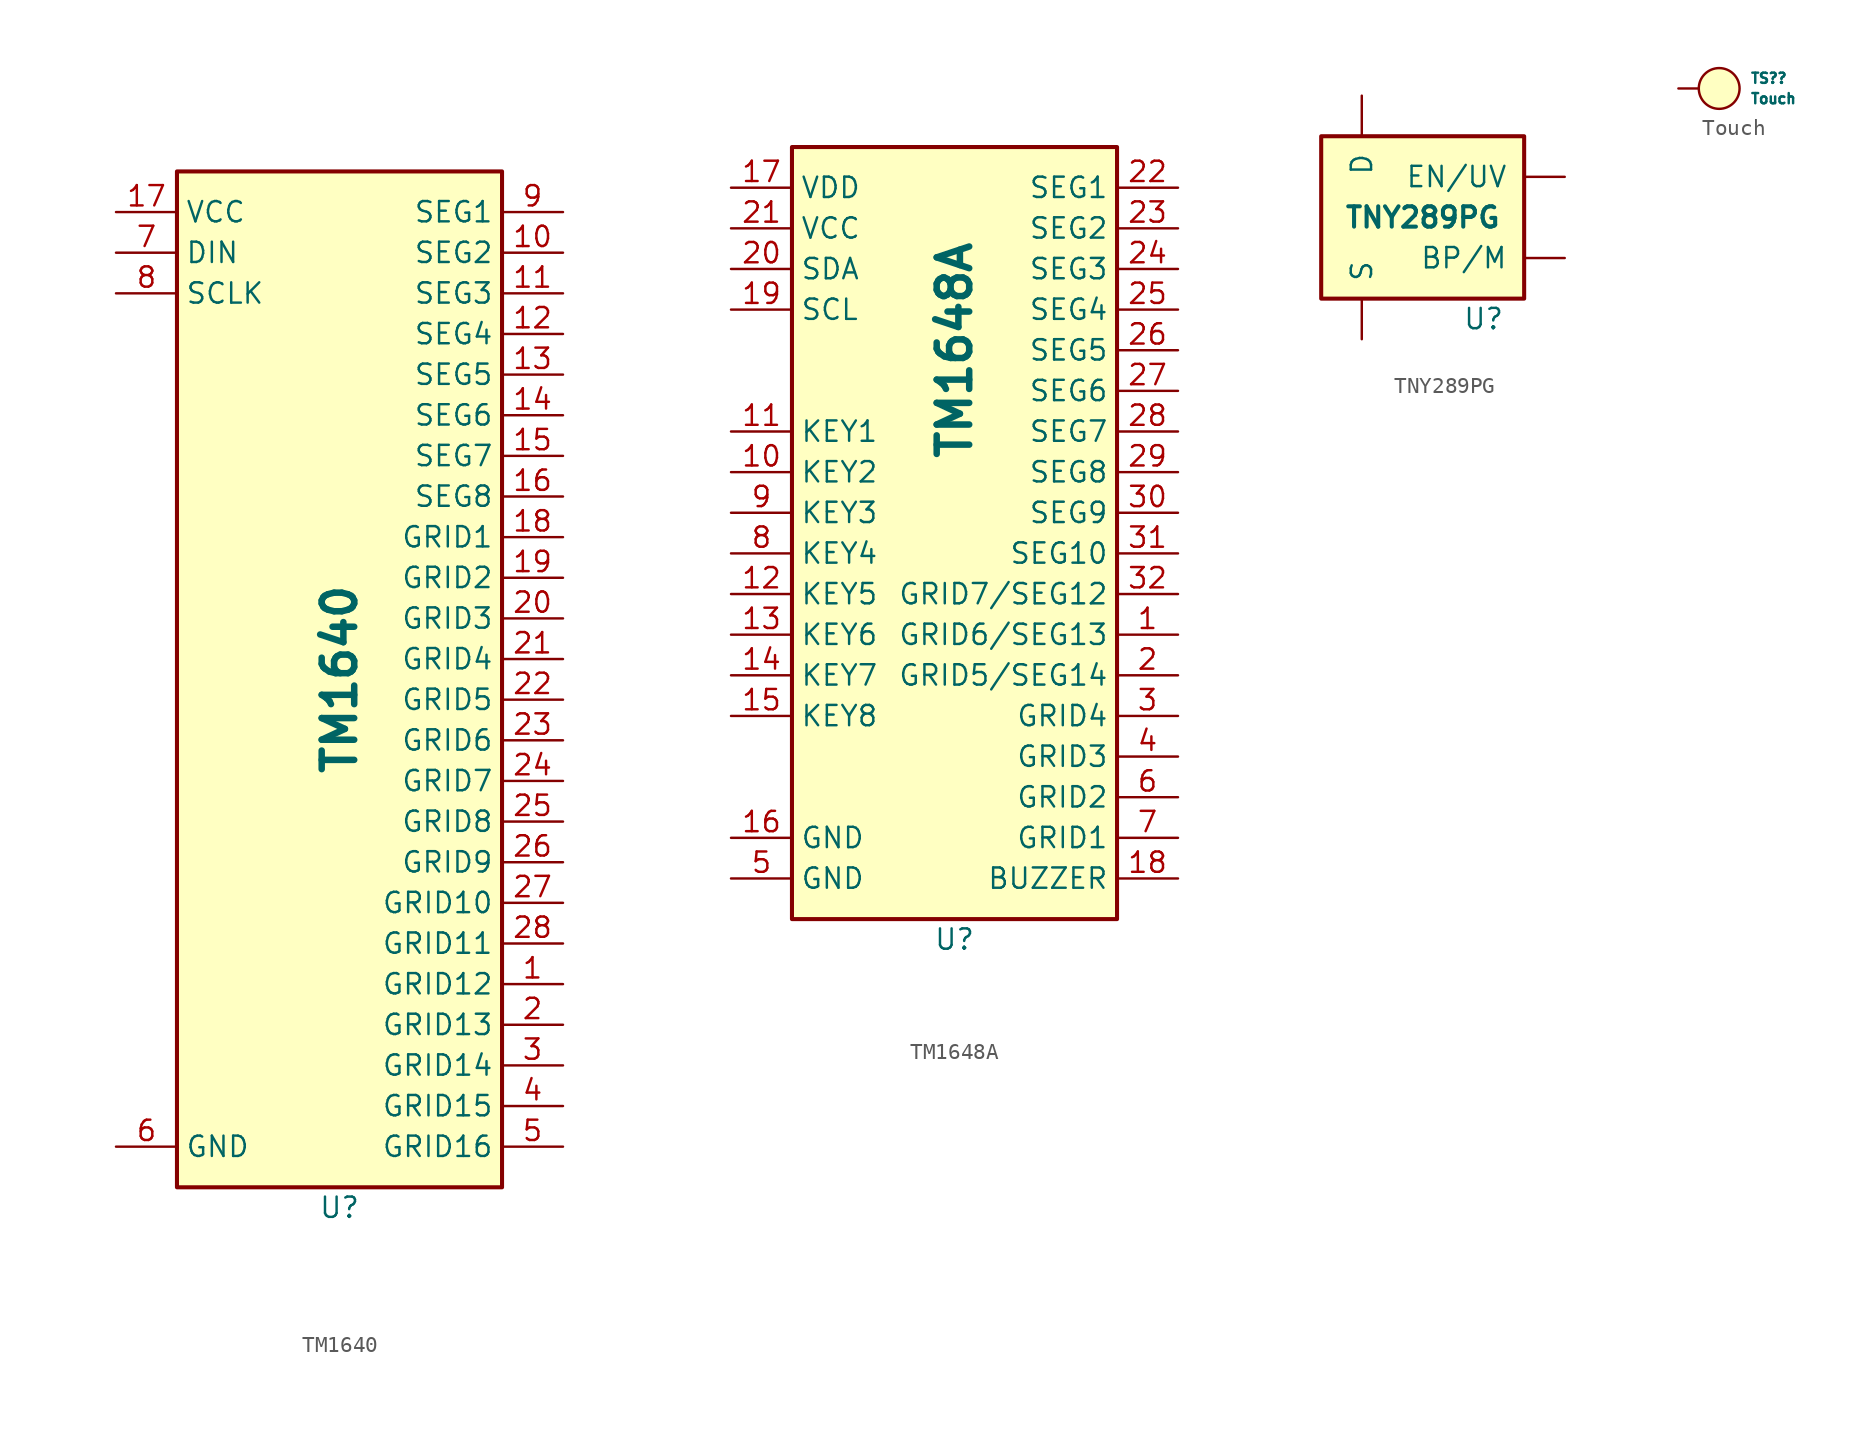
<source format=kicad_sym>
(kicad_symbol_lib
  (version 20231120)
  (generator "kicad_symbol_editor")
  (generator_version "8.0")
  (symbol "TM1640"
    (property "Reference" "U"
      (at 0 -33.02 0)
      (effects (font (size 1.27 1.27))))
    (property "Value" "TM1640"
      (at 0 0 90)
      (effects (font (size 2.032 2.032) (bold yes))))
    (symbol "TM1640_1_1"
      (rectangle (start -10.16 31.75) (end 10.16 -31.75) (stroke (width 0.254) (type default)) (fill (type background)))
      (pin passive line (at 13.97 -19.05 180) (length 3.81) (name "GRID12" (effects (font (size 1.27 1.27)))) (number "1" (effects (font (size 1.27 1.27)))))
      (pin passive line (at 13.97 26.67 180) (length 3.81) (name "SEG2" (effects (font (size 1.27 1.27)))) (number "10" (effects (font (size 1.27 1.27)))))
      (pin passive line (at 13.97 24.13 180) (length 3.81) (name "SEG3" (effects (font (size 1.27 1.27)))) (number "11" (effects (font (size 1.27 1.27)))))
      (pin passive line (at 13.97 21.59 180) (length 3.81) (name "SEG4" (effects (font (size 1.27 1.27)))) (number "12" (effects (font (size 1.27 1.27)))))
      (pin passive line (at 13.97 19.05 180) (length 3.81) (name "SEG5" (effects (font (size 1.27 1.27)))) (number "13" (effects (font (size 1.27 1.27)))))
      (pin passive line (at 13.97 16.51 180) (length 3.81) (name "SEG6" (effects (font (size 1.27 1.27)))) (number "14" (effects (font (size 1.27 1.27)))))
      (pin passive line (at 13.97 13.97 180) (length 3.81) (name "SEG7" (effects (font (size 1.27 1.27)))) (number "15" (effects (font (size 1.27 1.27)))))
      (pin passive line (at 13.97 11.43 180) (length 3.81) (name "SEG8" (effects (font (size 1.27 1.27)))) (number "16" (effects (font (size 1.27 1.27)))))
      (pin passive line (at -13.97 29.21 0) (length 3.81) (name "VCC" (effects (font (size 1.27 1.27)))) (number "17" (effects (font (size 1.27 1.27)))))
      (pin passive line (at 13.97 8.89 180) (length 3.81) (name "GRID1" (effects (font (size 1.27 1.27)))) (number "18" (effects (font (size 1.27 1.27)))))
      (pin passive line (at 13.97 6.35 180) (length 3.81) (name "GRID2" (effects (font (size 1.27 1.27)))) (number "19" (effects (font (size 1.27 1.27)))))
      (pin passive line (at 13.97 -21.59 180) (length 3.81) (name "GRID13" (effects (font (size 1.27 1.27)))) (number "2" (effects (font (size 1.27 1.27)))))
      (pin passive line (at 13.97 3.81 180) (length 3.81) (name "GRID3" (effects (font (size 1.27 1.27)))) (number "20" (effects (font (size 1.27 1.27)))))
      (pin passive line (at 13.97 1.27 180) (length 3.81) (name "GRID4" (effects (font (size 1.27 1.27)))) (number "21" (effects (font (size 1.27 1.27)))))
      (pin passive line (at 13.97 -1.27 180) (length 3.81) (name "GRID5" (effects (font (size 1.27 1.27)))) (number "22" (effects (font (size 1.27 1.27)))))
      (pin passive line (at 13.97 -3.81 180) (length 3.81) (name "GRID6" (effects (font (size 1.27 1.27)))) (number "23" (effects (font (size 1.27 1.27)))))
      (pin passive line (at 13.97 -6.35 180) (length 3.81) (name "GRID7" (effects (font (size 1.27 1.27)))) (number "24" (effects (font (size 1.27 1.27)))))
      (pin passive line (at 13.97 -8.89 180) (length 3.81) (name "GRID8" (effects (font (size 1.27 1.27)))) (number "25" (effects (font (size 1.27 1.27)))))
      (pin passive line (at 13.97 -11.43 180) (length 3.81) (name "GRID9" (effects (font (size 1.27 1.27)))) (number "26" (effects (font (size 1.27 1.27)))))
      (pin passive line (at 13.97 -13.97 180) (length 3.81) (name "GRID10" (effects (font (size 1.27 1.27)))) (number "27" (effects (font (size 1.27 1.27)))))
      (pin passive line (at 13.97 -16.51 180) (length 3.81) (name "GRID11" (effects (font (size 1.27 1.27)))) (number "28" (effects (font (size 1.27 1.27)))))
      (pin passive line (at 13.97 -24.13 180) (length 3.81) (name "GRID14" (effects (font (size 1.27 1.27)))) (number "3" (effects (font (size 1.27 1.27)))))
      (pin passive line (at 13.97 -26.67 180) (length 3.81) (name "GRID15" (effects (font (size 1.27 1.27)))) (number "4" (effects (font (size 1.27 1.27)))))
      (pin passive line (at 13.97 -29.21 180) (length 3.81) (name "GRID16" (effects (font (size 1.27 1.27)))) (number "5" (effects (font (size 1.27 1.27)))))
      (pin passive line (at -13.97 -29.21 0) (length 3.81) (name "GND" (effects (font (size 1.27 1.27)))) (number "6" (effects (font (size 1.27 1.27)))))
      (pin passive line (at -13.97 26.67 0) (length 3.81) (name "DIN" (effects (font (size 1.27 1.27)))) (number "7" (effects (font (size 1.27 1.27)))))
      (pin passive line (at -13.97 24.13 0) (length 3.81) (name "SCLK" (effects (font (size 1.27 1.27)))) (number "8" (effects (font (size 1.27 1.27)))))
      (pin passive line (at 13.97 29.21 180) (length 3.81) (name "SEG1" (effects (font (size 1.27 1.27)))) (number "9" (effects (font (size 1.27 1.27)))))))
  (symbol "TM1648A"
    (property "Reference" "U"
      (at 0 -25.4 0)
      (effects (font (size 1.27 1.27))))
    (property "Value" "TM1648A\n"
      (at 0 11.43 90)
      (effects (font (size 2.032 2.032) (bold yes))))
    (symbol "TM1648A_1_1"
      (rectangle (start -10.16 24.13) (end 10.16 -24.13) (stroke (width 0.254) (type default)) (fill (type background)))
      (pin passive line (at 13.97 -6.35 180) (length 3.81) (name "GRID6/SEG13" (effects (font (size 1.27 1.27)))) (number "1" (effects (font (size 1.27 1.27)))))
      (pin passive line (at -13.97 3.81 0) (length 3.81) (name "KEY2" (effects (font (size 1.27 1.27)))) (number "10" (effects (font (size 1.27 1.27)))))
      (pin passive line (at -13.97 6.35 0) (length 3.81) (name "KEY1" (effects (font (size 1.27 1.27)))) (number "11" (effects (font (size 1.27 1.27)))))
      (pin passive line (at -13.97 -3.81 0) (length 3.81) (name "KEY5" (effects (font (size 1.27 1.27)))) (number "12" (effects (font (size 1.27 1.27)))))
      (pin passive line (at -13.97 -6.35 0) (length 3.81) (name "KEY6" (effects (font (size 1.27 1.27)))) (number "13" (effects (font (size 1.27 1.27)))))
      (pin passive line (at -13.97 -8.89 0) (length 3.81) (name "KEY7" (effects (font (size 1.27 1.27)))) (number "14" (effects (font (size 1.27 1.27)))))
      (pin passive line (at -13.97 -11.43 0) (length 3.81) (name "KEY8" (effects (font (size 1.27 1.27)))) (number "15" (effects (font (size 1.27 1.27)))))
      (pin passive line (at -13.97 -19.05 0) (length 3.81) (name "GND" (effects (font (size 1.27 1.27)))) (number "16" (effects (font (size 1.27 1.27)))))
      (pin passive line (at -13.97 21.59 0) (length 3.81) (name "VDD" (effects (font (size 1.27 1.27)))) (number "17" (effects (font (size 1.27 1.27)))))
      (pin passive line (at 13.97 -21.59 180) (length 3.81) (name "BUZZER" (effects (font (size 1.27 1.27)))) (number "18" (effects (font (size 1.27 1.27)))))
      (pin passive line (at -13.97 13.97 0) (length 3.81) (name "SCL" (effects (font (size 1.27 1.27)))) (number "19" (effects (font (size 1.27 1.27)))))
      (pin passive line (at 13.97 -8.89 180) (length 3.81) (name "GRID5/SEG14" (effects (font (size 1.27 1.27)))) (number "2" (effects (font (size 1.27 1.27)))))
      (pin passive line (at -13.97 16.51 0) (length 3.81) (name "SDA" (effects (font (size 1.27 1.27)))) (number "20" (effects (font (size 1.27 1.27)))))
      (pin passive line (at -13.97 19.05 0) (length 3.81) (name "VCC" (effects (font (size 1.27 1.27)))) (number "21" (effects (font (size 1.27 1.27)))))
      (pin passive line (at 13.97 21.59 180) (length 3.81) (name "SEG1" (effects (font (size 1.27 1.27)))) (number "22" (effects (font (size 1.27 1.27)))))
      (pin passive line (at 13.97 19.05 180) (length 3.81) (name "SEG2" (effects (font (size 1.27 1.27)))) (number "23" (effects (font (size 1.27 1.27)))))
      (pin passive line (at 13.97 16.51 180) (length 3.81) (name "SEG3" (effects (font (size 1.27 1.27)))) (number "24" (effects (font (size 1.27 1.27)))))
      (pin passive line (at 13.97 13.97 180) (length 3.81) (name "SEG4" (effects (font (size 1.27 1.27)))) (number "25" (effects (font (size 1.27 1.27)))))
      (pin passive line (at 13.97 11.43 180) (length 3.81) (name "SEG5" (effects (font (size 1.27 1.27)))) (number "26" (effects (font (size 1.27 1.27)))))
      (pin passive line (at 13.97 8.89 180) (length 3.81) (name "SEG6" (effects (font (size 1.27 1.27)))) (number "27" (effects (font (size 1.27 1.27)))))
      (pin passive line (at 13.97 6.35 180) (length 3.81) (name "SEG7" (effects (font (size 1.27 1.27)))) (number "28" (effects (font (size 1.27 1.27)))))
      (pin passive line (at 13.97 3.81 180) (length 3.81) (name "SEG8" (effects (font (size 1.27 1.27)))) (number "29" (effects (font (size 1.27 1.27)))))
      (pin passive line (at 13.97 -11.43 180) (length 3.81) (name "GRID4" (effects (font (size 1.27 1.27)))) (number "3" (effects (font (size 1.27 1.27)))))
      (pin passive line (at 13.97 1.27 180) (length 3.81) (name "SEG9" (effects (font (size 1.27 1.27)))) (number "30" (effects (font (size 1.27 1.27)))))
      (pin passive line (at 13.97 -1.27 180) (length 3.81) (name "SEG10" (effects (font (size 1.27 1.27)))) (number "31" (effects (font (size 1.27 1.27)))))
      (pin passive line (at 13.97 -3.81 180) (length 3.81) (name "GRID7/SEG12" (effects (font (size 1.27 1.27)))) (number "32" (effects (font (size 1.27 1.27)))))
      (pin passive line (at 13.97 -13.97 180) (length 3.81) (name "GRID3" (effects (font (size 1.27 1.27)))) (number "4" (effects (font (size 1.27 1.27)))))
      (pin passive line (at -13.97 -21.59 0) (length 3.81) (name "GND" (effects (font (size 1.27 1.27)))) (number "5" (effects (font (size 1.27 1.27)))))
      (pin passive line (at 13.97 -16.51 180) (length 3.81) (name "GRID2" (effects (font (size 1.27 1.27)))) (number "6" (effects (font (size 1.27 1.27)))))
      (pin passive line (at 13.97 -19.05 180) (length 3.81) (name "GRID1" (effects (font (size 1.27 1.27)))) (number "7" (effects (font (size 1.27 1.27)))))
      (pin passive line (at -13.97 -1.27 0) (length 3.81) (name "KEY4" (effects (font (size 1.27 1.27)))) (number "8" (effects (font (size 1.27 1.27)))))
      (pin passive line (at -13.97 1.27 0) (length 3.81) (name "KEY3" (effects (font (size 1.27 1.27)))) (number "9" (effects (font (size 1.27 1.27)))))))
  (symbol "TNY289PG"
    (pin_numbers hide)
    (pin_names
      (offset 1.016))
    (property "Reference" "U"
      (at 3.81 -6.35 0)
      (effects (font (size 1.27 1.27))))
    (property "Value" "TNY289PG"
      (at 0 0 0)
      (effects (font (size 1.27 1.27) (bold yes))))
    (symbol "TNY289PG_0_1"
      (rectangle (start 6.35 5.08) (end -6.35 -5.08) (stroke (width 0.254) (type default)) (fill (type background))))
    (symbol "TNY289PG_1_1"
      (pin passive line (at 8.89 2.54 180) (length 2.54) (name "EN/UV" (effects (font (size 1.27 1.27)))) (number "1" (effects (font (size 1.27 1.27)))))
      (pin passive line (at 8.89 -2.54 180) (length 2.54) (name "BP/M" (effects (font (size 1.27 1.27)))) (number "2" (effects (font (size 1.27 1.27)))))
      (pin passive line (at -3.81 7.62 270) (length 2.54) (name "D" (effects (font (size 1.27 1.27)))) (number "4" (effects (font (size 1.27 1.27)))))
      (pin passive line (at -3.81 -7.62 90) (length 2.54) (name "S" (effects (font (size 1.27 1.27)))) (number "5" (effects (font (size 1.27 1.27)))))
      (pin passive line (at -3.81 -7.62 90) (length 2.54) hide (name "S" (effects (font (size 1.27 1.27)))) (number "6" (effects (font (size 1.27 1.27)))))
      (pin passive line (at -3.81 -7.62 90) (length 2.54) hide (name "S" (effects (font (size 1.27 1.27)))) (number "7" (effects (font (size 1.27 1.27)))))
      (pin passive line (at -3.81 -7.62 90) (length 2.54) hide (name "S" (effects (font (size 1.27 1.27)))) (number "8" (effects (font (size 1.27 1.27)))))))
  (symbol "Touch"
    (pin_numbers hide)
    (pin_names
      (offset 0) hide)
    (property "Reference" "TS?"
      (at 3.175 0.635 0)
      (effects (font (size 0.635 0.635)) (justify left)))
    (property "Value" "Touch"
      (at 3.175 -0.635 0)
      (effects (font (size 0.635 0.635)) (justify left)))
    (property "Datasheet" ""
      (at 0 0 0)
      (effects (font (size 1.524 1.524))))
    (symbol "Touch_0_1"
      (circle (center 1.27 0) (radius 1.27) (stroke (width 0) (type default)) (fill (type background))))
    (symbol "Touch_1_1"
      (pin passive line (at -1.27 0 0) (length 1.27) (name "~" (effects (font (size 1.016 1.016)))) (number "1" (effects (font (size 1.016 1.016))))))))
</source>
